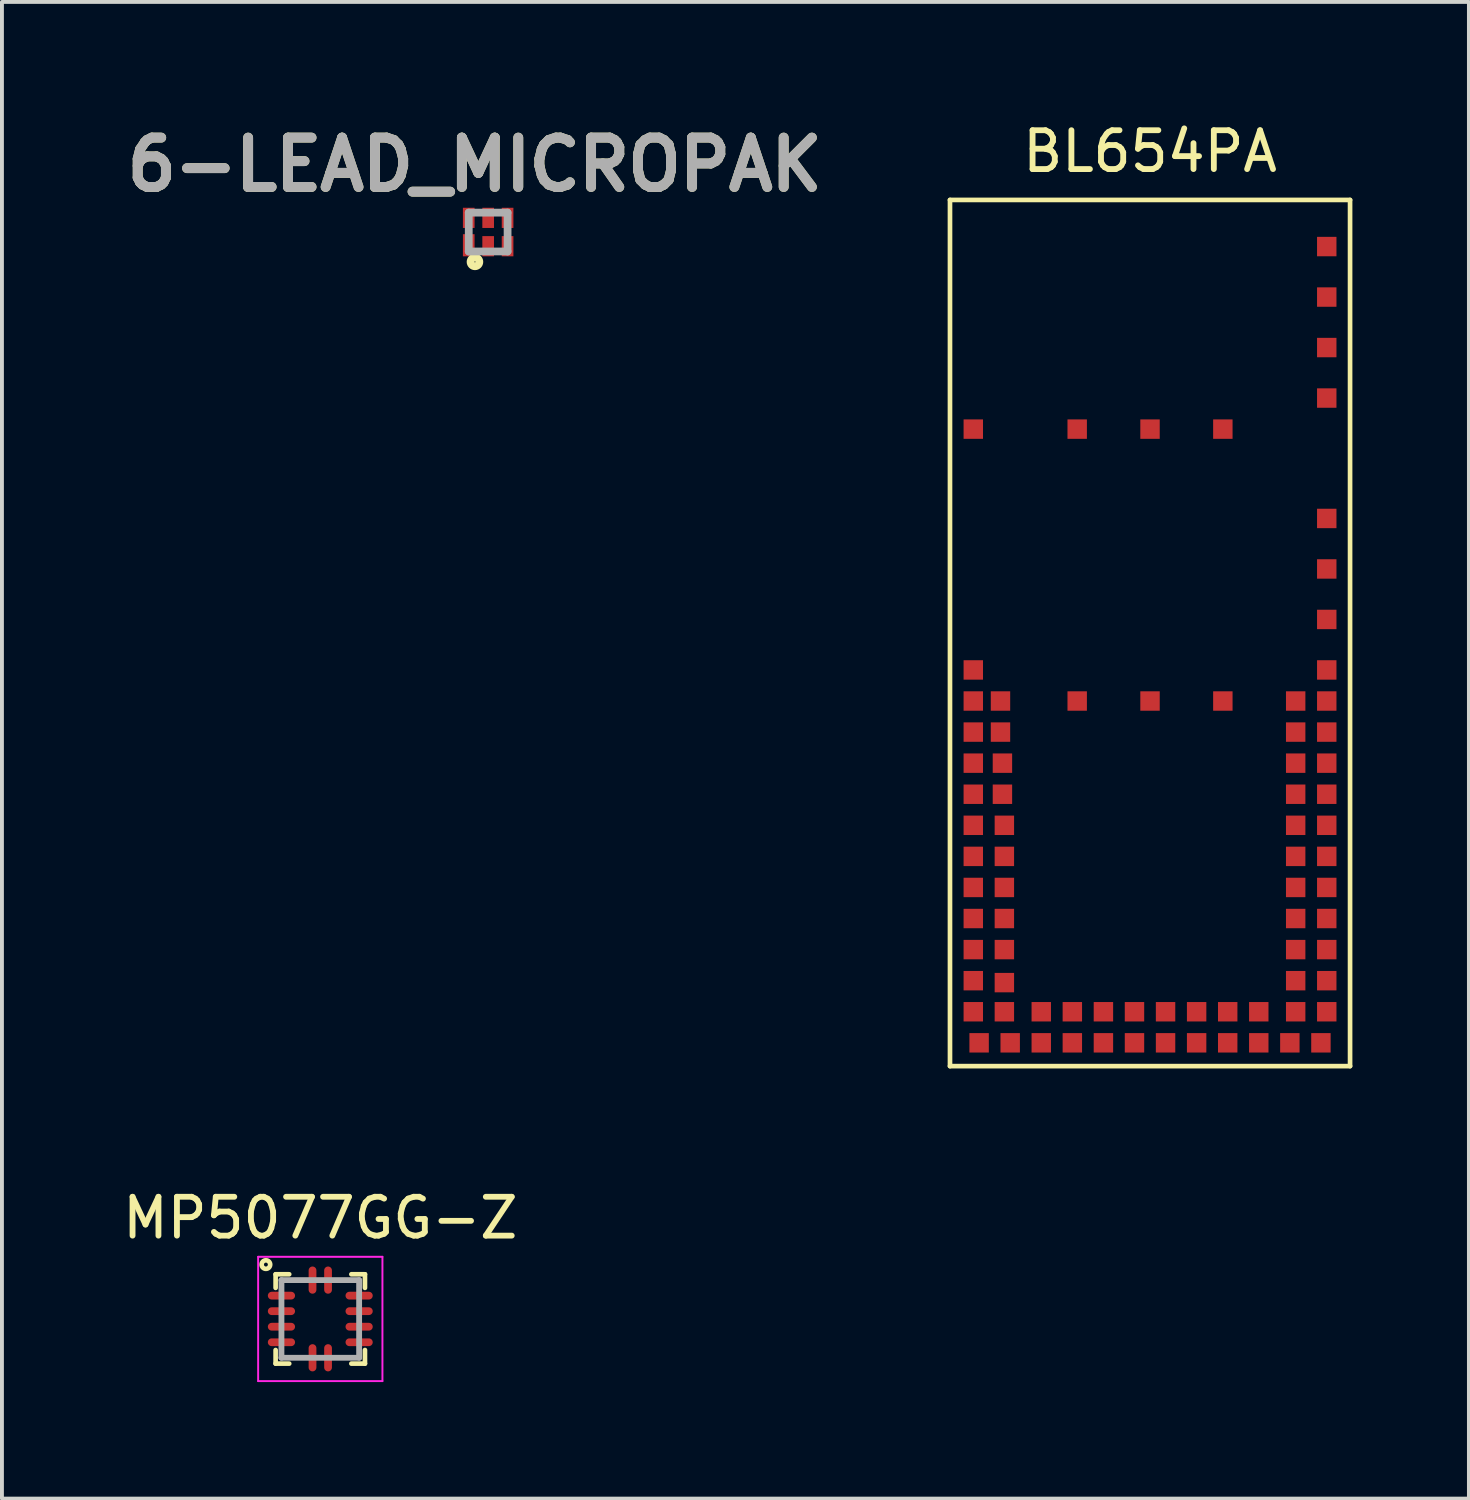
<source format=kicad_pcb>
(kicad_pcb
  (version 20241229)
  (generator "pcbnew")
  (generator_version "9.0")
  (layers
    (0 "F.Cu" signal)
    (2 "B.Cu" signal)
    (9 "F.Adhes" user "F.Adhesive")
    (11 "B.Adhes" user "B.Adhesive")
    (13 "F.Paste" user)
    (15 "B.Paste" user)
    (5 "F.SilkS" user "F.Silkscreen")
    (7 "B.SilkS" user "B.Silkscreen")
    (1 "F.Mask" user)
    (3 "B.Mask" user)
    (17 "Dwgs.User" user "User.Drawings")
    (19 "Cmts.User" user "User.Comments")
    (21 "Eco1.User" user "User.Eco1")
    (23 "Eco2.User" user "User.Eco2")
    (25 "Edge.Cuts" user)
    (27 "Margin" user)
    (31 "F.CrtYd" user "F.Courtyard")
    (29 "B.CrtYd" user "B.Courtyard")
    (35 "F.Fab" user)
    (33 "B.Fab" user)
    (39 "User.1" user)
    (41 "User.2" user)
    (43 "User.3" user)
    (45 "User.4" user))
  (footprint "BL654PA"
    (layer "F.Cu")
    (at 26.558 13.248)
    (property "Reference" "BL654PA" (at 0 -12.4 0) (layer "F.SilkS") (effects (font (size 1 1) (thickness 0.15))))
    (attr through_hole)
    (fp_line (start -5.15 -11.15) (end 5.15 -11.15) (stroke (width 0.12) (type solid)) (layer "F.SilkS"))
    (fp_line (start -5.15 11.15) (end -5.15 -11.15) (stroke (width 0.12) (type solid)) (layer "F.SilkS"))
    (fp_line (start 5.15 -11.15) (end 5.15 11.15) (stroke (width 0.12) (type solid)) (layer "F.SilkS"))
    (fp_line (start 5.15 11.15) (end -5.15 11.15) (stroke (width 0.12) (type solid)) (layer "F.SilkS"))
    (pad "0" smd rect (at 4.55 0.95) (size 0.5 0.5) (layers "F.Cu" "F.Mask" "F.Paste"))
    (pad "1" smd rect (at 4.55 1.75) (size 0.5 0.5) (layers "F.Cu" "F.Mask" "F.Paste"))
    (pad "2" smd rect (at 3.75 1.75) (size 0.5 0.5) (layers "F.Cu" "F.Mask" "F.Paste"))
    (pad "3" smd rect (at 4.55 2.55) (size 0.5 0.5) (layers "F.Cu" "F.Mask" "F.Paste"))
    (pad "4" smd rect (at 3.75 2.55) (size 0.5 0.5) (layers "F.Cu" "F.Mask" "F.Paste"))
    (pad "5" smd rect (at 4.55 3.35) (size 0.5 0.5) (layers "F.Cu" "F.Mask" "F.Paste"))
    (pad "6" smd rect (at 3.75 3.35) (size 0.5 0.5) (layers "F.Cu" "F.Mask" "F.Paste"))
    (pad "7" smd rect (at 4.55 4.15) (size 0.5 0.5) (layers "F.Cu" "F.Mask" "F.Paste"))
    (pad "8" smd rect (at 3.75 4.15) (size 0.5 0.5) (layers "F.Cu" "F.Mask" "F.Paste"))
    (pad "9" smd rect (at 4.55 4.95) (size 0.5 0.5) (layers "F.Cu" "F.Mask" "F.Paste"))
    (pad "10" smd rect (at 3.75 4.95) (size 0.5 0.5) (layers "F.Cu" "F.Mask" "F.Paste"))
    (pad "11" smd rect (at 4.55 5.75) (size 0.5 0.5) (layers "F.Cu" "F.Mask" "F.Paste"))
    (pad "12" smd rect (at 3.75 5.75) (size 0.5 0.5) (layers "F.Cu" "F.Mask" "F.Paste"))
    (pad "13" smd rect (at 4.55 6.55) (size 0.5 0.5) (layers "F.Cu" "F.Mask" "F.Paste"))
    (pad "14" smd rect (at 3.75 6.55) (size 0.5 0.5) (layers "F.Cu" "F.Mask" "F.Paste"))
    (pad "15" smd rect (at 4.55 7.35) (size 0.5 0.5) (layers "F.Cu" "F.Mask" "F.Paste"))
    (pad "16" smd rect (at 3.75 7.35) (size 0.5 0.5) (layers "F.Cu" "F.Mask" "F.Paste"))
    (pad "17" smd rect (at 4.55 8.15) (size 0.5 0.5) (layers "F.Cu" "F.Mask" "F.Paste"))
    (pad "18" smd rect (at 3.75 8.15) (size 0.5 0.5) (layers "F.Cu" "F.Mask" "F.Paste"))
    (pad "19" smd rect (at 4.55 8.95) (size 0.5 0.5) (layers "F.Cu" "F.Mask" "F.Paste"))
    (pad "20" smd rect (at 3.75 8.95) (size 0.5 0.5) (layers "F.Cu" "F.Mask" "F.Paste"))
    (pad "21" smd rect (at 4.55 9.75) (size 0.5 0.5) (layers "F.Cu" "F.Mask" "F.Paste"))
    (pad "22" smd rect (at 3.75 9.75) (size 0.5 0.5) (layers "F.Cu" "F.Mask" "F.Paste"))
    (pad "23" smd rect (at 4.4 10.55) (size 0.5 0.5) (layers "F.Cu" "F.Mask" "F.Paste"))
    (pad "24" smd rect (at 3.6 10.55) (size 0.5 0.5) (layers "F.Cu" "F.Mask" "F.Paste"))
    (pad "25" smd rect (at 2.8 10.55) (size 0.5 0.5) (layers "F.Cu" "F.Mask" "F.Paste"))
    (pad "26" smd rect (at 2.8 9.75) (size 0.5 0.5) (layers "F.Cu" "F.Mask" "F.Paste"))
    (pad "27" smd rect (at 2 10.55) (size 0.5 0.5) (layers "F.Cu" "F.Mask" "F.Paste"))
    (pad "28" smd rect (at 2 9.75) (size 0.5 0.5) (layers "F.Cu" "F.Mask" "F.Paste"))
    (pad "29" smd rect (at 1.2 10.55) (size 0.5 0.5) (layers "F.Cu" "F.Mask" "F.Paste"))
    (pad "30" smd rect (at 1.2 9.75) (size 0.5 0.5) (layers "F.Cu" "F.Mask" "F.Paste"))
    (pad "31" smd rect (at 0.4 10.55) (size 0.5 0.5) (layers "F.Cu" "F.Mask" "F.Paste"))
    (pad "32" smd rect (at 0.4 9.75) (size 0.5 0.5) (layers "F.Cu" "F.Mask" "F.Paste"))
    (pad "33" smd rect (at -0.4 10.55) (size 0.5 0.5) (layers "F.Cu" "F.Mask" "F.Paste"))
    (pad "34" smd rect (at -0.4 9.75) (size 0.5 0.5) (layers "F.Cu" "F.Mask" "F.Paste"))
    (pad "35" smd rect (at -1.2 10.55) (size 0.5 0.5) (layers "F.Cu" "F.Mask" "F.Paste"))
    (pad "36" smd rect (at -1.2 9.75) (size 0.5 0.5) (layers "F.Cu" "F.Mask" "F.Paste"))
    (pad "37" smd rect (at -2 10.55) (size 0.5 0.5) (layers "F.Cu" "F.Mask" "F.Paste"))
    (pad "38" smd rect (at -2 9.75) (size 0.5 0.5) (layers "F.Cu" "F.Mask" "F.Paste"))
    (pad "39" smd rect (at -2.8 10.55) (size 0.5 0.5) (layers "F.Cu" "F.Mask" "F.Paste"))
    (pad "40" smd rect (at -2.8 9.75) (size 0.5 0.5) (layers "F.Cu" "F.Mask" "F.Paste"))
    (pad "41" smd rect (at -3.6 10.55) (size 0.5 0.5) (layers "F.Cu" "F.Mask" "F.Paste"))
    (pad "42" smd rect (at -4.4 10.55) (size 0.5 0.5) (layers "F.Cu" "F.Mask" "F.Paste"))
    (pad "43" smd rect (at -4.55 9.75) (size 0.5 0.5) (layers "F.Cu" "F.Mask" "F.Paste"))
    (pad "44" smd rect (at -3.75 9.75) (size 0.5 0.5) (layers "F.Cu" "F.Mask" "F.Paste"))
    (pad "45" smd rect (at -4.55 8.95) (size 0.5 0.5) (layers "F.Cu" "F.Mask" "F.Paste"))
    (pad "46" smd rect (at -3.75 9) (size 0.5 0.5) (layers "F.Cu" "F.Mask" "F.Paste"))
    (pad "47" smd rect (at -4.55 8.15) (size 0.5 0.5) (layers "F.Cu" "F.Mask" "F.Paste"))
    (pad "48" smd rect (at -3.75 8.15) (size 0.5 0.5) (layers "F.Cu" "F.Mask" "F.Paste"))
    (pad "49" smd rect (at -4.55 7.35) (size 0.5 0.5) (layers "F.Cu" "F.Mask" "F.Paste"))
    (pad "50" smd rect (at -3.75 7.35) (size 0.5 0.5) (layers "F.Cu" "F.Mask" "F.Paste"))
    (pad "51" smd rect (at -4.55 6.55) (size 0.5 0.5) (layers "F.Cu" "F.Mask" "F.Paste"))
    (pad "52" smd rect (at -3.75 6.55) (size 0.5 0.5) (layers "F.Cu" "F.Mask" "F.Paste"))
    (pad "53" smd rect (at -4.55 5.75) (size 0.5 0.5) (layers "F.Cu" "F.Mask" "F.Paste"))
    (pad "54" smd rect (at -3.75 5.75) (size 0.5 0.5) (layers "F.Cu" "F.Mask" "F.Paste"))
    (pad "55" smd rect (at -4.55 4.95) (size 0.5 0.5) (layers "F.Cu" "F.Mask" "F.Paste"))
    (pad "56" smd rect (at -3.75 4.95) (size 0.5 0.5) (layers "F.Cu" "F.Mask" "F.Paste"))
    (pad "57" smd rect (at -4.55 4.15) (size 0.5 0.5) (layers "F.Cu" "F.Mask" "F.Paste"))
    (pad "58" smd rect (at -3.8 4.15) (size 0.5 0.5) (layers "F.Cu" "F.Mask" "F.Paste"))
    (pad "59" smd rect (at -4.55 3.35) (size 0.5 0.5) (layers "F.Cu" "F.Mask" "F.Paste"))
    (pad "60" smd rect (at -3.8 3.35) (size 0.5 0.5) (layers "F.Cu" "F.Mask" "F.Paste"))
    (pad "61" smd rect (at -4.55 2.55) (size 0.5 0.5) (layers "F.Cu" "F.Mask" "F.Paste"))
    (pad "62" smd rect (at -3.85 2.55) (size 0.5 0.5) (layers "F.Cu" "F.Mask" "F.Paste"))
    (pad "63" smd rect (at -4.55 1.75) (size 0.5 0.5) (layers "F.Cu" "F.Mask" "F.Paste"))
    (pad "64" smd rect (at -3.85 1.75) (size 0.5 0.5) (layers "F.Cu" "F.Mask" "F.Paste"))
    (pad "65" smd rect (at -4.55 0.95) (size 0.5 0.5) (layers "F.Cu" "F.Mask" "F.Paste"))
    (pad "66" smd rect (at 4.55 -0.35) (size 0.5 0.5) (layers "F.Cu" "F.Mask" "F.Paste"))
    (pad "67" smd rect (at 4.55 -1.65) (size 0.5 0.5) (layers "F.Cu" "F.Mask" "F.Paste"))
    (pad "68" smd rect (at 4.55 -2.95) (size 0.5 0.5) (layers "F.Cu" "F.Mask" "F.Paste"))
    (pad "69" smd rect (at -1.875 1.75) (size 0.5 0.5) (layers "F.Cu" "F.Mask" "F.Paste"))
    (pad "70" smd rect (at 0 1.75) (size 0.5 0.5) (layers "F.Cu" "F.Mask" "F.Paste"))
    (pad "71" smd rect (at 1.875 1.75) (size 0.5 0.5) (layers "F.Cu" "F.Mask" "F.Paste"))
    (pad "72" smd rect (at 4.55 -6.05) (size 0.5 0.5) (layers "F.Cu" "F.Mask" "F.Paste"))
    (pad "73" smd rect (at 4.55 -7.35) (size 0.5 0.5) (layers "F.Cu" "F.Mask" "F.Paste"))
    (pad "74" smd rect (at 4.55 -8.65) (size 0.5 0.5) (layers "F.Cu" "F.Mask" "F.Paste"))
    (pad "75" smd rect (at 4.55 -9.95) (size 0.5 0.5) (layers "F.Cu" "F.Mask" "F.Paste"))
    (pad "76" smd rect (at -1.875 -5.25) (size 0.5 0.5) (layers "F.Cu" "F.Mask" "F.Paste"))
    (pad "77" smd rect (at 1.875 -5.25) (size 0.5 0.5) (layers "F.Cu" "F.Mask" "F.Paste"))
    (pad "78" smd rect (at 0 -5.25) (size 0.5 0.5) (layers "F.Cu" "F.Mask" "F.Paste"))
    (pad "79" smd rect (at -4.55 -5.25) (size 0.5 0.5) (layers "F.Cu" "F.Mask" "F.Paste")))
  (footprint "6-LEAD_MICROPAK"
    (layer "F.Cu")
    (at 9.518 2.924)
    (property "Reference" "6-LEAD_MICROPAK" (at -0.344 -1.735 0) (layer "F.SilkS") (effects (font (size 1.27 1.27) (thickness 0.254))))
    (attr smd)
    (fp_circle (center -0.34 0.768) (end -0.34 0.781) (stroke (width 0.2) (type solid)) (fill no) (layer "F.SilkS"))
    (fp_line (start -0.5 -0.5) (end -0.5 0.5) (stroke (width 0.2) (type solid)) (layer "F.Fab"))
    (fp_line (start -0.5 0.5) (end 0.5 0.5) (stroke (width 0.2) (type solid)) (layer "F.Fab"))
    (fp_line (start 0.5 -0.5) (end -0.5 -0.5) (stroke (width 0.2) (type solid)) (layer "F.Fab"))
    (fp_line (start 0.5 0.5) (end 0.5 -0.5) (stroke (width 0.2) (type solid)) (layer "F.Fab"))
    (fp_text user "${REFERENCE}" (at -0.344 -1.735 0) (layer "F.Fab") (effects (font (size 1.27 1.27) (thickness 0.254))))
    (pad "1" smd rect (at -0.5 0.34) (size 0.3 0.57) (layers "F.Cu" "F.Mask" "F.Paste"))
    (pad "2" smd rect (at 0 0.365) (size 0.3 0.52) (layers "F.Cu" "F.Mask" "F.Paste"))
    (pad "3" smd rect (at 0.5 0.365) (size 0.3 0.52) (layers "F.Cu" "F.Mask" "F.Paste"))
    (pad "4" smd rect (at 0.5 -0.365) (size 0.3 0.52) (layers "F.Cu" "F.Mask" "F.Paste"))
    (pad "5" smd rect (at 0 -0.365) (size 0.3 0.52) (layers "F.Cu" "F.Mask" "F.Paste"))
    (pad "6" smd rect (at -0.5 -0.365) (size 0.3 0.52) (layers "F.Cu" "F.Mask" "F.Paste")))
  (footprint "MP5077GG-Z"
    (layer "F.Cu")
    (at 5.196 30.907)
    (property "Reference" "MP5077GG-Z" (at 0 -2.6 0) (layer "F.SilkS") (effects (font (size 1 1) (thickness 0.15))))
    (attr smd)
    (fp_line (start -1.15 -0.8) (end -1.15 -1.15) (stroke (width 0.12) (type solid)) (layer "F.SilkS"))
    (fp_line (start -1.15 1.15) (end -1.15 0.8) (stroke (width 0.12) (type solid)) (layer "F.SilkS"))
    (fp_line (start -0.8 -1.15) (end -1.15 -1.15) (stroke (width 0.12) (type solid)) (layer "F.SilkS"))
    (fp_line (start -0.8 1.15) (end -1.15 1.15) (stroke (width 0.12) (type solid)) (layer "F.SilkS"))
    (fp_line (start 0.8 -1.15) (end 1.15 -1.15) (stroke (width 0.12) (type solid)) (layer "F.SilkS"))
    (fp_line (start 0.8 1.15) (end 1.15 1.15) (stroke (width 0.12) (type solid)) (layer "F.SilkS"))
    (fp_line (start 1.15 -1.15) (end 1.15 -0.8) (stroke (width 0.12) (type solid)) (layer "F.SilkS"))
    (fp_line (start 1.15 1.15) (end 1.15 0.8) (stroke (width 0.12) (type solid)) (layer "F.SilkS"))
    (fp_circle (center -1.4 -1.4) (end -1.35 -1.4) (stroke (width 0.12) (type solid)) (fill no) (layer "F.SilkS"))
    (fp_line (start -1.6 -1.6) (end 1.6 -1.6) (stroke (width 0.05) (type solid)) (layer "F.CrtYd"))
    (fp_line (start -1.6 1.6) (end -1.6 -1.6) (stroke (width 0.05) (type solid)) (layer "F.CrtYd"))
    (fp_line (start 1.6 -1.6) (end 1.6 1.6) (stroke (width 0.05) (type solid)) (layer "F.CrtYd"))
    (fp_line (start 1.6 1.6) (end -1.6 1.6) (stroke (width 0.05) (type solid)) (layer "F.CrtYd"))
    (fp_line (start -1 -1) (end -1 1) (stroke (width 0.15) (type solid)) (layer "F.Fab"))
    (fp_line (start -1 1) (end 1 1) (stroke (width 0.15) (type solid)) (layer "F.Fab"))
    (fp_line (start 1 -1) (end -1 -1) (stroke (width 0.15) (type solid)) (layer "F.Fab"))
    (fp_line (start 1 1) (end 1 -1) (stroke (width 0.15) (type solid)) (layer "F.Fab"))
    (pad "1" smd oval (at -1 -0.6 270) (size 0.2 0.7) (layers "F.Cu" "F.Mask" "F.Paste"))
    (pad "2" smd oval (at -1 -0.2 270) (size 0.2 0.7) (layers "F.Cu" "F.Mask" "F.Paste"))
    (pad "3" smd oval (at -1 0.2 270) (size 0.2 0.7) (layers "F.Cu" "F.Mask" "F.Paste"))
    (pad "4" smd oval (at -1 0.6 270) (size 0.2 0.7) (layers "F.Cu" "F.Mask" "F.Paste"))
    (pad "5" smd oval (at -0.2 1) (size 0.2 0.7) (layers "F.Cu" "F.Mask" "F.Paste"))
    (pad "6" smd oval (at 0.2 1) (size 0.2 0.7) (layers "F.Cu" "F.Mask" "F.Paste"))
    (pad "7" smd oval (at 1 0.6 270) (size 0.2 0.7) (layers "F.Cu" "F.Mask" "F.Paste"))
    (pad "8" smd oval (at 1 0.2 270) (size 0.2 0.7) (layers "F.Cu" "F.Mask" "F.Paste"))
    (pad "9" smd oval (at 1 -0.2 270) (size 0.2 0.7) (layers "F.Cu" "F.Mask" "F.Paste"))
    (pad "10" smd oval (at 1 -0.6 270) (size 0.2 0.7) (layers "F.Cu" "F.Mask" "F.Paste"))
    (pad "11" smd oval (at 0.2 -1) (size 0.2 0.7) (layers "F.Cu" "F.Mask" "F.Paste"))
    (pad "12" smd oval (at -0.2 -1) (size 0.2 0.7) (layers "F.Cu" "F.Mask" "F.Paste")))
  (gr_rect
    (start -3 -3)
    (end 34.768 35.532)
    (stroke (width 0.1) (type default))
    (fill no)
    (layer "Edge.Cuts")))
</source>
